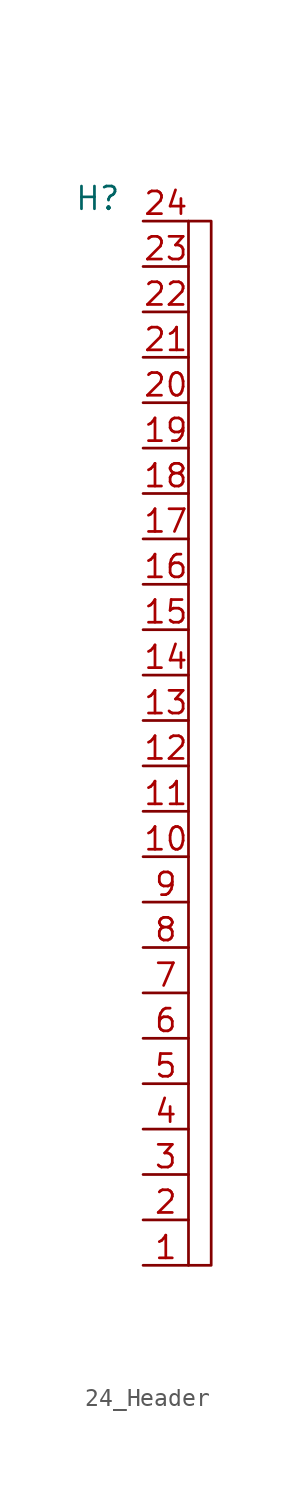
<source format=kicad_sym>
(kicad_symbol_lib
  (version 20220914)
  (generator kicad_symbol_editor)
  (symbol "24_Header"
    (property "Reference" "H"
      (at -5.08 30.48 0)
      (effects (font (size 1.27 1.27))))
    (property "Value" ""
      (at -2.54 1.27 0)
      (effects (font (size 1.27 1.27))))
    (symbol "24_Header_0_1"
      (rectangle (start 0 29.21) (end 1.27 -29.21) (stroke (width 0) (type default)) (fill (type none))))
    (symbol "24_Header_1_1"
      (pin bidirectional line (at -2.54 -29.21 0) (length 2.54) (name "" (effects (font (size 1.27 1.27)))) (number "1" (effects (font (size 1.27 1.27)))))
      (pin bidirectional line (at -2.54 -6.35 0) (length 2.54) (name "" (effects (font (size 1.27 1.27)))) (number "10" (effects (font (size 1.27 1.27)))))
      (pin bidirectional line (at -2.54 -3.81 0) (length 2.54) (name "" (effects (font (size 1.27 1.27)))) (number "11" (effects (font (size 1.27 1.27)))))
      (pin bidirectional line (at -2.54 -1.27 0) (length 2.54) (name "" (effects (font (size 1.27 1.27)))) (number "12" (effects (font (size 1.27 1.27)))))
      (pin bidirectional line (at -2.54 1.27 0) (length 2.54) (name "" (effects (font (size 1.27 1.27)))) (number "13" (effects (font (size 1.27 1.27)))))
      (pin bidirectional line (at -2.54 3.81 0) (length 2.54) (name "" (effects (font (size 1.27 1.27)))) (number "14" (effects (font (size 1.27 1.27)))))
      (pin bidirectional line (at -2.54 6.35 0) (length 2.54) (name "" (effects (font (size 1.27 1.27)))) (number "15" (effects (font (size 1.27 1.27)))))
      (pin bidirectional line (at -2.54 8.89 0) (length 2.54) (name "" (effects (font (size 1.27 1.27)))) (number "16" (effects (font (size 1.27 1.27)))))
      (pin bidirectional line (at -2.54 11.43 0) (length 2.54) (name "" (effects (font (size 1.27 1.27)))) (number "17" (effects (font (size 1.27 1.27)))))
      (pin bidirectional line (at -2.54 13.97 0) (length 2.54) (name "" (effects (font (size 1.27 1.27)))) (number "18" (effects (font (size 1.27 1.27)))))
      (pin bidirectional line (at -2.54 16.51 0) (length 2.54) (name "" (effects (font (size 1.27 1.27)))) (number "19" (effects (font (size 1.27 1.27)))))
      (pin bidirectional line (at -2.54 -26.67 0) (length 2.54) (name "" (effects (font (size 1.27 1.27)))) (number "2" (effects (font (size 1.27 1.27)))))
      (pin bidirectional line (at -2.54 19.05 0) (length 2.54) (name "" (effects (font (size 1.27 1.27)))) (number "20" (effects (font (size 1.27 1.27)))))
      (pin bidirectional line (at -2.54 21.59 0) (length 2.54) (name "" (effects (font (size 1.27 1.27)))) (number "21" (effects (font (size 1.27 1.27)))))
      (pin bidirectional line (at -2.54 24.13 0) (length 2.54) (name "" (effects (font (size 1.27 1.27)))) (number "22" (effects (font (size 1.27 1.27)))))
      (pin bidirectional line (at -2.54 26.67 0) (length 2.54) (name "" (effects (font (size 1.27 1.27)))) (number "23" (effects (font (size 1.27 1.27)))))
      (pin bidirectional line (at -2.54 29.21 0) (length 2.54) (name "" (effects (font (size 1.27 1.27)))) (number "24" (effects (font (size 1.27 1.27)))))
      (pin bidirectional line (at -2.54 -24.13 0) (length 2.54) (name "" (effects (font (size 1.27 1.27)))) (number "3" (effects (font (size 1.27 1.27)))))
      (pin bidirectional line (at -2.54 -21.59 0) (length 2.54) (name "" (effects (font (size 1.27 1.27)))) (number "4" (effects (font (size 1.27 1.27)))))
      (pin bidirectional line (at -2.54 -19.05 0) (length 2.54) (name "" (effects (font (size 1.27 1.27)))) (number "5" (effects (font (size 1.27 1.27)))))
      (pin bidirectional line (at -2.54 -16.51 0) (length 2.54) (name "" (effects (font (size 1.27 1.27)))) (number "6" (effects (font (size 1.27 1.27)))))
      (pin bidirectional line (at -2.54 -13.97 0) (length 2.54) (name "" (effects (font (size 1.27 1.27)))) (number "7" (effects (font (size 1.27 1.27)))))
      (pin bidirectional line (at -2.54 -11.43 0) (length 2.54) (name "" (effects (font (size 1.27 1.27)))) (number "8" (effects (font (size 1.27 1.27)))))
      (pin bidirectional line (at -2.54 -8.89 0) (length 2.54) (name "" (effects (font (size 1.27 1.27)))) (number "9" (effects (font (size 1.27 1.27))))))))
</source>
